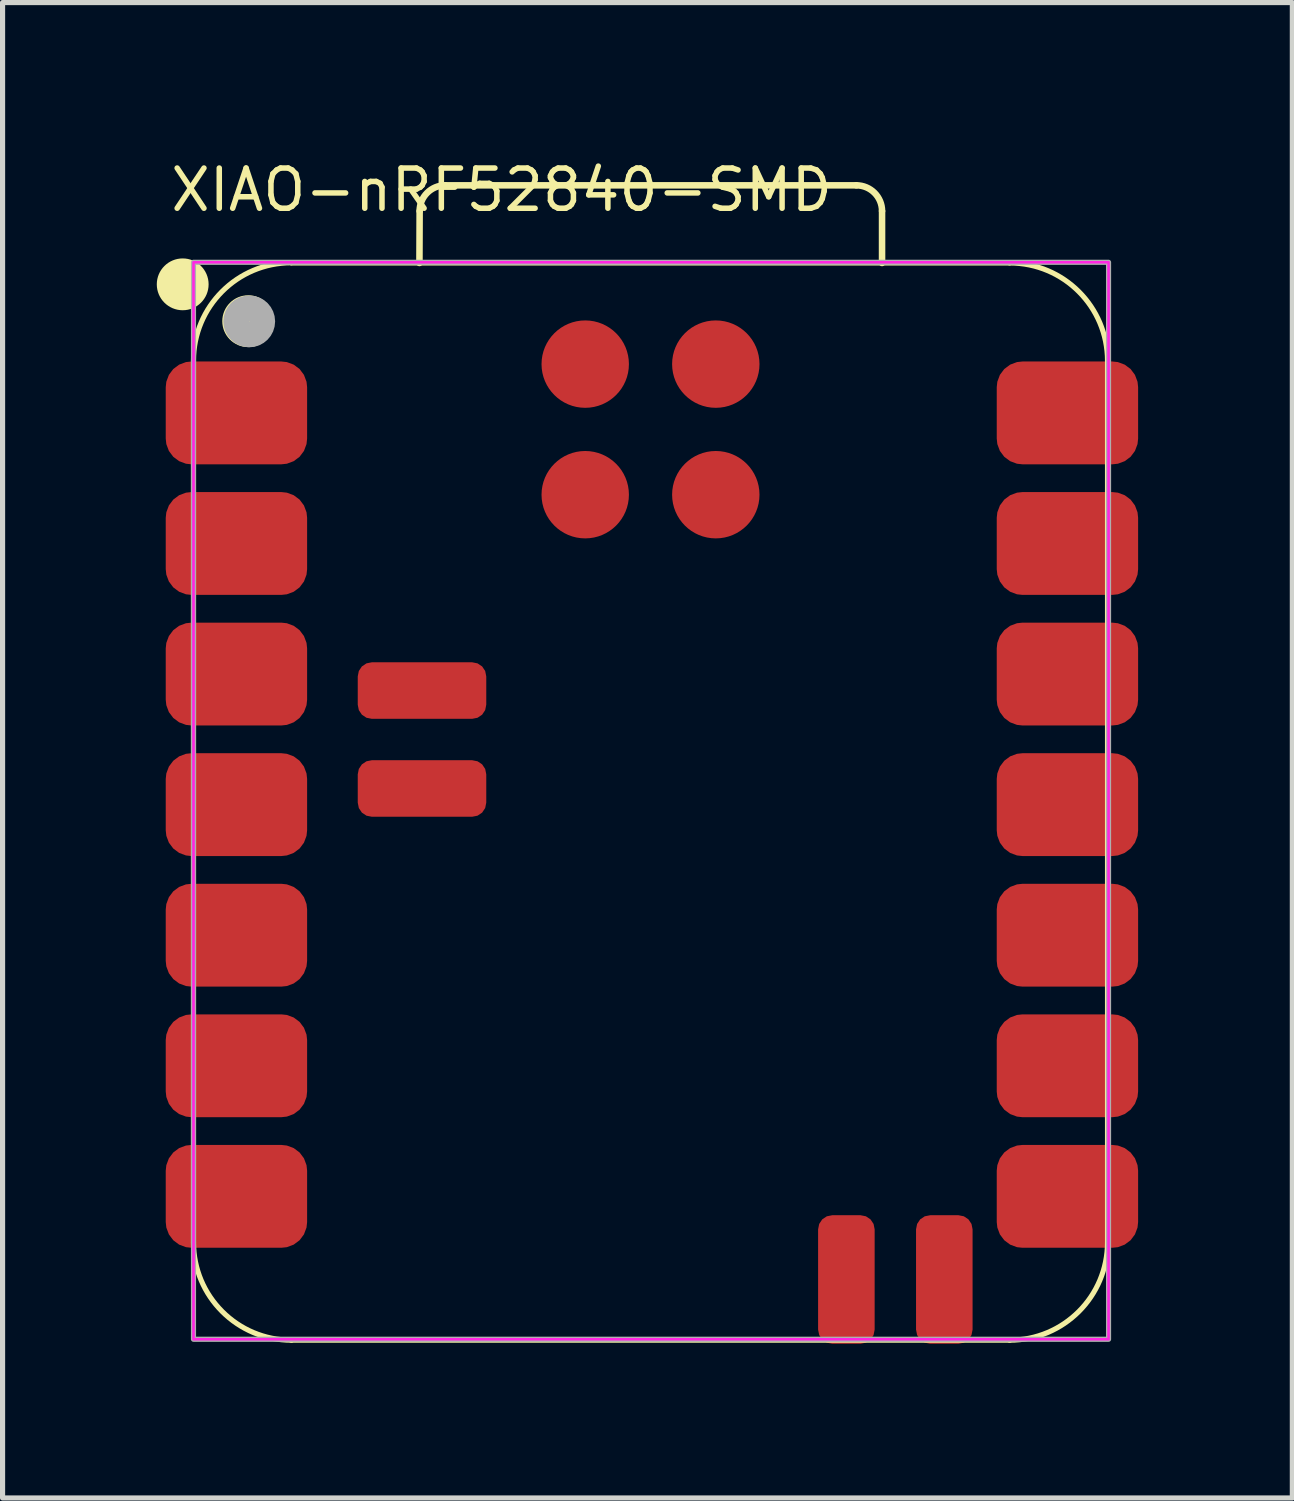
<source format=kicad_pcb>
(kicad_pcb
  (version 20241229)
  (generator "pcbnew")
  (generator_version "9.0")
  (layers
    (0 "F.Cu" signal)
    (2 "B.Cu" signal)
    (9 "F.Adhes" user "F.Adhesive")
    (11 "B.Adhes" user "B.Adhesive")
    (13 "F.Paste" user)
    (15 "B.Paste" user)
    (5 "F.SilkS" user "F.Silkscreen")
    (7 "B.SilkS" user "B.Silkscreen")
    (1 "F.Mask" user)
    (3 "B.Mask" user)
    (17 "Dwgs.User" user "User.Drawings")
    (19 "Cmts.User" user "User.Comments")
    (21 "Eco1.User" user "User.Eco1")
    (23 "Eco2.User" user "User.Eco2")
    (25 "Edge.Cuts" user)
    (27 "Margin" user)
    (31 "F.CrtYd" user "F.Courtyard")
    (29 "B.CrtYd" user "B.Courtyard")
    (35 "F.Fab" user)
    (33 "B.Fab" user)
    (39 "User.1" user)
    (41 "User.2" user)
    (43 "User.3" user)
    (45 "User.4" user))
  (footprint "XIAO-nRF52840-SMD"
    (layer "F.Cu")
    (at 9.659 12.602)
    (property "Reference" "XIAO-nRF52840-SMD" (at -9.445 -11.5 0) (layer "F.SilkS") (effects (font (size 0.782 0.782) (thickness 0.107)) (justify left bottom)))
    (fp_line (start -8.945 8.513) (end -8.945 -8.632) (stroke (width 0.1) (type solid)) (layer "F.SilkS"))
    (fp_line (start -7.04 10.418) (end 6.93 10.418) (stroke (width 0.1) (type solid)) (layer "F.SilkS"))
    (fp_line (start -4.55 -10.537) (end -4.546 -11.547) (stroke (width 0.127) (type solid)) (layer "F.SilkS"))
    (fp_line (start -4.046 -12.047) (end 3.949 -12.047) (stroke (width 0.127) (type solid)) (layer "F.SilkS"))
    (fp_line (start 4.449 -11.547) (end 4.449 -10.537) (stroke (width 0.127) (type solid)) (layer "F.SilkS"))
    (fp_line (start 6.93 -10.537) (end -7.04 -10.537) (stroke (width 0.1) (type solid)) (layer "F.SilkS"))
    (fp_line (start 8.835 8.513) (end 8.835 -8.632) (stroke (width 0.1) (type solid)) (layer "F.SilkS"))
    (fp_arc (start -8.945 -8.636) (mid -8.387038 -9.983038) (end -7.04 -10.541) (stroke (width 0.1) (type solid)) (layer "F.SilkS"))
    (fp_arc (start -7.04 10.418) (mid -8.387038 9.860038) (end -8.945 8.513) (stroke (width 0.1) (type solid)) (layer "F.SilkS"))
    (fp_arc (start -4.546272 -11.547272) (mid -4.399724 -11.900644) (end -4.046272 -12.047) (stroke (width 0.127) (type default)) (layer "F.SilkS"))
    (fp_arc (start 3.949 -12.047) (mid 4.302524 -11.900524) (end 4.449 -11.547) (stroke (width 0.127) (type default)) (layer "F.SilkS"))
    (fp_arc (start 6.93 -10.537) (mid 8.277024 -9.979024) (end 8.835 -8.632) (stroke (width 0.1) (type solid)) (layer "F.SilkS"))
    (fp_arc (start 8.835 8.513) (mid 8.277038 9.860038) (end 6.93 10.418) (stroke (width 0.1) (type solid)) (layer "F.SilkS"))
    (fp_circle (center -9.155 -10.121) (end -9.155 -10.375) (stroke (width 0.5) (type solid)) (fill yes) (layer "F.SilkS"))
    (fp_circle (center -7.881 -9.404) (end -7.881 -9.658) (stroke (width 0.5) (type solid)) (fill yes) (layer "F.SilkS"))
    (fp_rect (start -8.945 -10.55) (end 8.855 10.4) (stroke (width 0.05) (type default)) (fill no) (layer "F.CrtYd"))
    (fp_rect (start -8.945 -10.55) (end 8.855 10.4) (stroke (width 0.1) (type default)) (fill no) (layer "F.Fab"))
    (fp_circle (center -7.861 -9.4) (end -7.861 -9.654) (stroke (width 0.5) (type solid)) (fill no) (layer "F.Fab"))
    (pad "1" smd roundrect (at -8.11 -7.62) (size 2.75 2) (layers "F.Cu" "F.Mask" "F.Paste") (roundrect_rratio 0.25))
    (pad "2" smd roundrect (at -8.11 -5.08) (size 2.75 2) (layers "F.Cu" "F.Mask" "F.Paste") (roundrect_rratio 0.25))
    (pad "3" smd roundrect (at -8.11 -2.54) (size 2.75 2) (layers "F.Cu" "F.Mask" "F.Paste") (roundrect_rratio 0.25))
    (pad "4" smd roundrect (at -8.11 0) (size 2.75 2) (layers "F.Cu" "F.Mask" "F.Paste") (roundrect_rratio 0.25))
    (pad "5" smd roundrect (at -8.11 2.54) (size 2.75 2) (layers "F.Cu" "F.Mask" "F.Paste") (roundrect_rratio 0.25))
    (pad "6" smd roundrect (at -8.11 5.08) (size 2.75 2) (layers "F.Cu" "F.Mask" "F.Paste") (roundrect_rratio 0.25))
    (pad "7" smd roundrect (at -8.11 7.62) (size 2.75 2) (layers "F.Cu" "F.Mask" "F.Paste") (roundrect_rratio 0.25))
    (pad "8" smd roundrect (at 8.055 7.62) (size 2.75 2) (layers "F.Cu" "F.Mask" "F.Paste") (roundrect_rratio 0.25))
    (pad "9" smd roundrect (at 8.055 5.08) (size 2.75 2) (layers "F.Cu" "F.Mask" "F.Paste") (roundrect_rratio 0.25))
    (pad "10" smd roundrect (at 8.055 2.54) (size 2.75 2) (layers "F.Cu" "F.Mask" "F.Paste") (roundrect_rratio 0.25))
    (pad "11" smd roundrect (at 8.055 0) (size 2.75 2) (layers "F.Cu" "F.Mask" "F.Paste") (roundrect_rratio 0.25))
    (pad "12" smd roundrect (at 8.055 -2.54) (size 2.75 2) (layers "F.Cu" "F.Mask" "F.Paste") (roundrect_rratio 0.25))
    (pad "13" smd roundrect (at 8.055 -5.08) (size 2.75 2) (layers "F.Cu" "F.Mask" "F.Paste") (roundrect_rratio 0.25))
    (pad "14" smd roundrect (at 8.055 -7.62) (size 2.75 2) (layers "F.Cu" "F.Mask" "F.Paste") (roundrect_rratio 0.25))
    (pad "15" smd roundrect (at -4.5 -0.314 180) (size 2.5 1.1) (layers "F.Cu" "F.Mask" "F.Paste") (roundrect_rratio 0.25))
    (pad "16" smd roundrect (at -4.5 -2.219 180) (size 2.5 1.1) (layers "F.Cu" "F.Mask" "F.Paste") (roundrect_rratio 0.25))
    (pad "17" smd roundrect (at 3.755 9.237 270) (size 2.5 1.1) (layers "F.Cu" "F.Mask" "F.Paste") (roundrect_rratio 0.25))
    (pad "18" smd roundrect (at 5.66 9.237 270) (size 2.5 1.1) (layers "F.Cu" "F.Mask" "F.Paste") (roundrect_rratio 0.25))
    (pad "19" smd circle (at -1.325 -8.569) (size 1.7 1.7) (layers "F.Cu" "F.Mask" "F.Paste"))
    (pad "20" smd circle (at 1.215 -8.569) (size 1.7 1.7) (layers "F.Cu" "F.Mask" "F.Paste"))
    (pad "21" smd circle (at -1.325 -6.029) (size 1.7 1.7) (layers "F.Cu" "F.Mask" "F.Paste"))
    (pad "22" smd circle (at 1.215 -6.029) (size 1.7 1.7) (layers "F.Cu" "F.Mask" "F.Paste")))
  (gr_rect
    (start -3 -3)
    (end 22.089 26.089)
    (stroke (width 0.1) (type default))
    (fill no)
    (layer "Edge.Cuts")))
</source>
